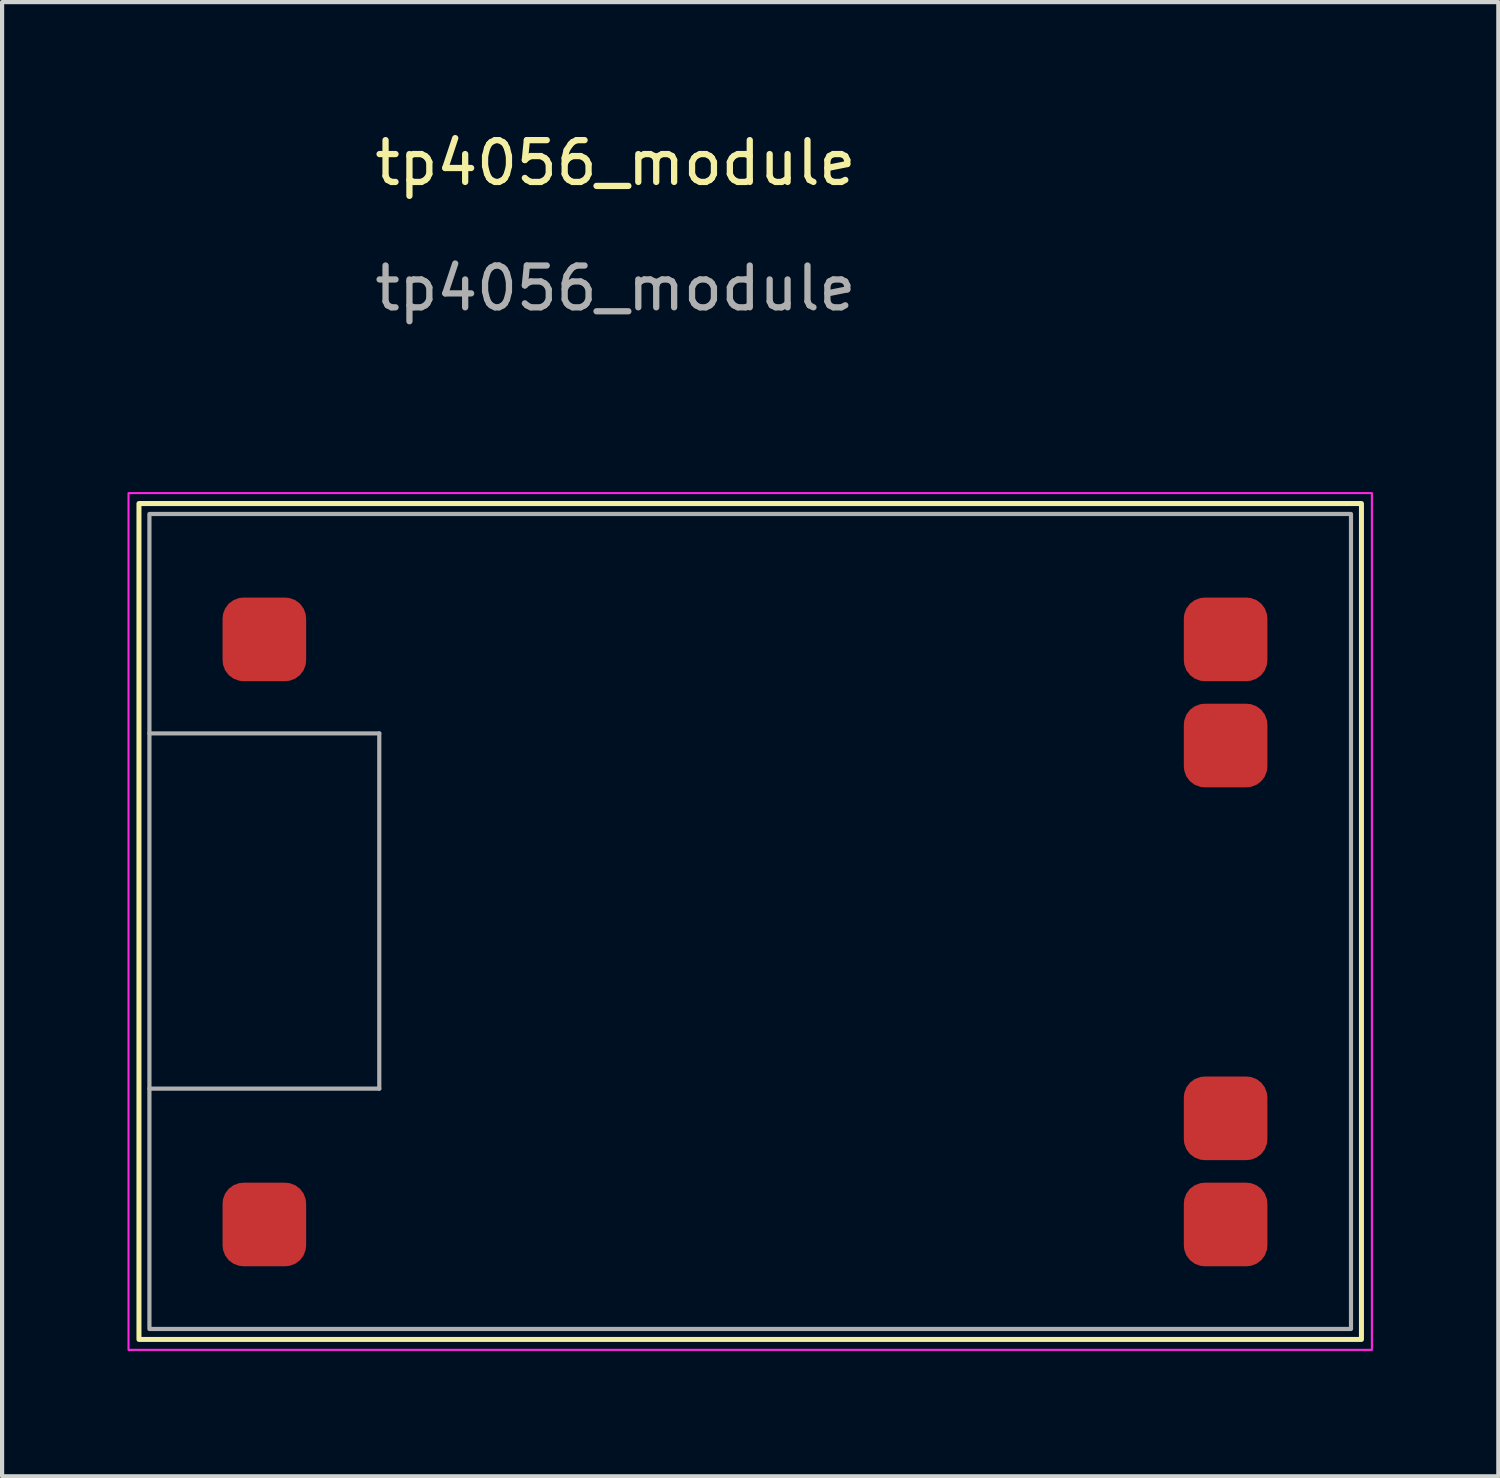
<source format=kicad_pcb>
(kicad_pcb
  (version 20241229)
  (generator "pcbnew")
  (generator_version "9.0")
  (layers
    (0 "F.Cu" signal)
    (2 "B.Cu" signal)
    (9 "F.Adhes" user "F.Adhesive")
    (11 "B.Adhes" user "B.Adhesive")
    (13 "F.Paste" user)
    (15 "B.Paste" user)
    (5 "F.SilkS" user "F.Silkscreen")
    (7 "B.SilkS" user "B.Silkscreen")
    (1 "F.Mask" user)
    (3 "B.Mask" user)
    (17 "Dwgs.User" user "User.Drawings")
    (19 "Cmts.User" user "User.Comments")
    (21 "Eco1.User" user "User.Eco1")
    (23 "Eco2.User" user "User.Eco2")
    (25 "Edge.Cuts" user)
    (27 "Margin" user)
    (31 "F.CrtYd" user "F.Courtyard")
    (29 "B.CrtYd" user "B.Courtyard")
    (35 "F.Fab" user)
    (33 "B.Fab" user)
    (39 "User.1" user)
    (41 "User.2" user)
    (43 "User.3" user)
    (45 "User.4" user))
  (footprint "tp4056_module"
    (layer "F.Cu")
    (at 6.275 14.248)
    (property "Reference" "tp4056_module" (at 5.4 -13.4 0) (unlocked yes) (layer "F.SilkS") (effects (font (size 1 1) (thickness 0.15))))
    (attr smd)
    (fp_rect (start -6 -5.25) (end 23.25 14.75) (stroke (width 0.12) (type solid)) (fill no) (layer "F.SilkS"))
    (fp_rect (start -6.25 -5.5) (end 23.5 15) (stroke (width 0.05) (type solid)) (fill no) (layer "F.CrtYd"))
    (fp_line (start -5.75 0.25) (end -0.25 0.25) (stroke (width 0.1) (type solid)) (layer "F.Fab"))
    (fp_line (start -0.25 0.25) (end -0.25 8.75) (stroke (width 0.1) (type solid)) (layer "F.Fab"))
    (fp_line (start -0.25 8.75) (end -5.75 8.75) (stroke (width 0.1) (type solid)) (layer "F.Fab"))
    (fp_rect (start -5.75 -5) (end 23 14.5) (stroke (width 0.1) (type solid)) (fill no) (layer "F.Fab"))
    (fp_text user "${REFERENCE}" (at 5.4 -10.4 0) (unlocked yes) (layer "F.Fab") (effects (font (size 1 1) (thickness 0.15))))
    (pad "1" smd roundrect (at -3 -2) (size 2 2) (layers "F.Cu" "F.Mask" "F.Paste") (roundrect_rratio 0.25))
    (pad "2" smd roundrect (at -3 12) (size 2 2) (layers "F.Cu" "F.Mask" "F.Paste") (roundrect_rratio 0.25))
    (pad "3" smd roundrect (at 20 -2) (size 2 2) (layers "F.Cu" "F.Mask" "F.Paste") (roundrect_rratio 0.25))
    (pad "4" smd roundrect (at 20 0.54) (size 2 2) (layers "F.Cu" "F.Mask" "F.Paste") (roundrect_rratio 0.25))
    (pad "5" smd roundrect (at 20 9.46) (size 2 2) (layers "F.Cu" "F.Mask" "F.Paste") (roundrect_rratio 0.25))
    (pad "6" smd roundrect (at 20 12) (size 2 2) (layers "F.Cu" "F.Mask" "F.Paste") (roundrect_rratio 0.25)))
  (gr_rect
    (start -3 -3)
    (end 32.8 32.273)
    (stroke (width 0.1) (type default))
    (fill no)
    (layer "Edge.Cuts")))
</source>
